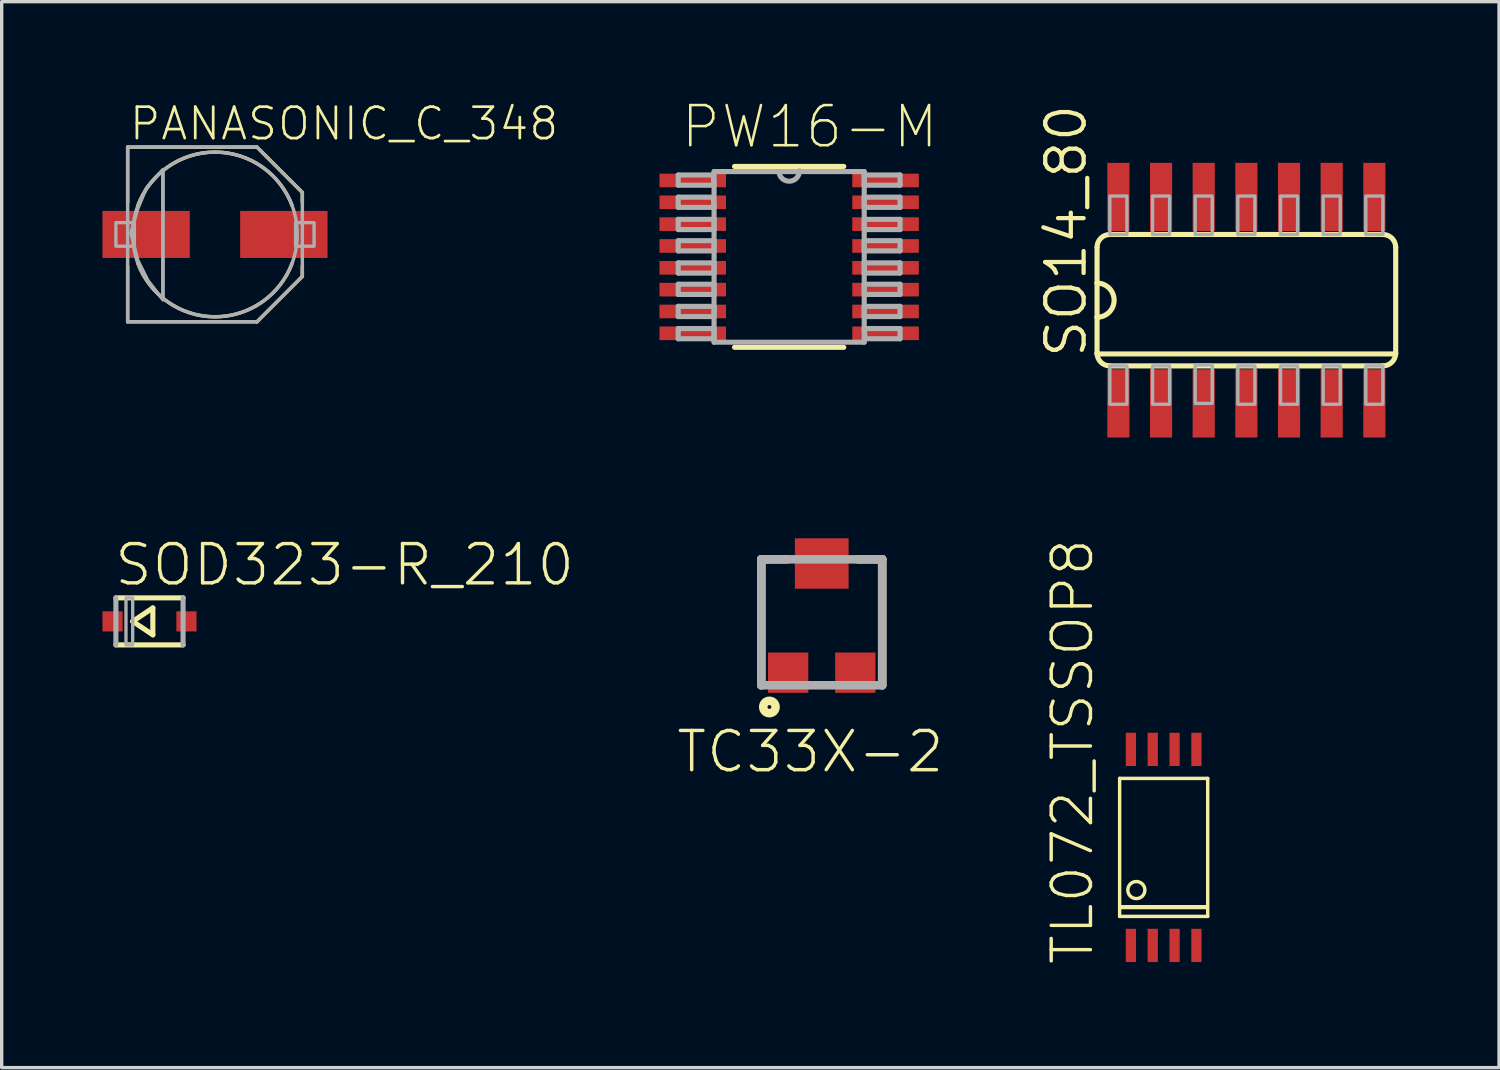
<source format=kicad_pcb>
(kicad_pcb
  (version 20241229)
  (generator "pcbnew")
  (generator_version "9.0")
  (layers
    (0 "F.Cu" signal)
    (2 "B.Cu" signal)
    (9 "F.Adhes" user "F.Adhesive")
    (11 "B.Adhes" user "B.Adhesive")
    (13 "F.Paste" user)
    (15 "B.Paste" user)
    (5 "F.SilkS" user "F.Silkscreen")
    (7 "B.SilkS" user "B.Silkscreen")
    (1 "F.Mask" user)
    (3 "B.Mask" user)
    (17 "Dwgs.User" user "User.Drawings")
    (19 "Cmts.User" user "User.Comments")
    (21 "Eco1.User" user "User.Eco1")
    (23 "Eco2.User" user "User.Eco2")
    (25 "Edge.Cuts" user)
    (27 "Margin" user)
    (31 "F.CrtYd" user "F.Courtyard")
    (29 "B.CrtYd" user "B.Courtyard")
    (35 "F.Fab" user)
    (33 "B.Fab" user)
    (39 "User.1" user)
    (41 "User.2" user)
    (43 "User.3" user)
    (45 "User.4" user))
  (footprint "TC33X-2"
    (layer "F.Cu")
    (at 21.412 15.35)
    (property "Reference" "TC33X-2" (at -0.34 3.977 0) (unlocked yes) (layer "F.SilkS") (effects (font (size 1.168 1.168) (thickness 0.102))))
    (fp_line (start -1.8 -1.75) (end -1.028 -1.75) (stroke (width 0.254) (type solid)) (layer "F.SilkS"))
    (fp_line (start -1.8 2) (end -1.8 -1.75) (stroke (width 0.254) (type solid)) (layer "F.SilkS"))
    (fp_line (start 1.8 -1.75) (end 1.079 -1.75) (stroke (width 0.254) (type solid)) (layer "F.SilkS"))
    (fp_line (start 1.8 2) (end 1.8 -1.75) (stroke (width 0.254) (type solid)) (layer "F.SilkS"))
    (fp_circle (center -1.558 2.646) (end -1.501 2.646) (stroke (width 0.254) (type solid)) (fill no) (layer "F.SilkS"))
    (fp_line (start -1.8 -1.75) (end 1.8 -1.75) (stroke (width 0.254) (type solid)) (layer "F.Fab"))
    (fp_line (start -1.8 2) (end -1.8 -1.75) (stroke (width 0.254) (type solid)) (layer "F.Fab"))
    (fp_line (start 1.8 -1.75) (end 1.8 2) (stroke (width 0.254) (type solid)) (layer "F.Fab"))
    (fp_line (start 1.8 2) (end -1.8 2) (stroke (width 0.254) (type solid)) (layer "F.Fab"))
    (pad "1" smd rect (at -1 1.625) (size 1.2 1.2) (layers "F.Cu" "F.Mask" "F.Paste"))
    (pad "2" smd rect (at 0 -1.625) (size 1.6 1.5) (layers "F.Cu" "F.Mask" "F.Paste"))
    (pad "3" smd rect (at 1 1.625) (size 1.2 1.2) (layers "F.Cu" "F.Mask" "F.Paste")))
  (footprint "PANASONIC_C_348"
    (layer "F.Cu")
    (at 3.35 3.929)
    (property "Reference" "PANASONIC_C_348" (at -2.6 -2.75 0) (unlocked yes) (layer "F.SilkS") (effects (font (size 0.935 0.935) (thickness 0.081)) (justify left bottom)))
    (fp_line (start -2.6 -2.6) (end 1.25 -2.6) (stroke (width 0.102) (type solid)) (layer "F.SilkS"))
    (fp_line (start -2.6 -0.95) (end -2.6 -2.6) (stroke (width 0.102) (type solid)) (layer "F.SilkS"))
    (fp_line (start -2.6 2.6) (end -2.6 0.95) (stroke (width 0.102) (type solid)) (layer "F.SilkS"))
    (fp_line (start 1.25 -2.6) (end 2.6 -1.25) (stroke (width 0.102) (type solid)) (layer "F.SilkS"))
    (fp_line (start 1.25 2.6) (end -2.6 2.6) (stroke (width 0.102) (type solid)) (layer "F.SilkS"))
    (fp_line (start 2.6 -1.25) (end 2.6 -0.95) (stroke (width 0.102) (type solid)) (layer "F.SilkS"))
    (fp_line (start 2.6 0.95) (end 2.6 1.25) (stroke (width 0.102) (type solid)) (layer "F.SilkS"))
    (fp_line (start 2.6 1.25) (end 1.25 2.6) (stroke (width 0.102) (type solid)) (layer "F.SilkS"))
    (fp_arc (start -2.3 -0.85) (mid 0 -2.45204) (end 2.3 -0.85) (stroke (width 0.1016) (type solid)) (layer "F.SilkS"))
    (fp_arc (start 2.3 0.85) (mid 0 2.45204) (end -2.3 0.85) (stroke (width 0.1016) (type solid)) (layer "F.SilkS"))
    (fp_line (start -2.6 -2.6) (end 1.25 -2.6) (stroke (width 0.102) (type solid)) (layer "F.Fab"))
    (fp_line (start -2.6 2.6) (end -2.6 -2.6) (stroke (width 0.102) (type solid)) (layer "F.Fab"))
    (fp_line (start -1.55 -1.85) (end -1.55 1.85) (stroke (width 0.102) (type solid)) (layer "F.Fab"))
    (fp_line (start 1.25 -2.6) (end 2.6 -1.25) (stroke (width 0.102) (type solid)) (layer "F.Fab"))
    (fp_line (start 1.25 2.6) (end -2.6 2.6) (stroke (width 0.102) (type solid)) (layer "F.Fab"))
    (fp_line (start 2.6 -1.25) (end 2.6 1.25) (stroke (width 0.102) (type solid)) (layer "F.Fab"))
    (fp_line (start 2.6 1.25) (end 1.25 2.6) (stroke (width 0.102) (type solid)) (layer "F.Fab"))
    (fp_circle (center 0 0) (end 2.45 0) (stroke (width 0.102) (type solid)) (fill no) (layer "F.Fab"))
    (fp_poly (pts (xy -2.95 0.35) (xy -2.4 0.35) (xy -2.4 -0.35) (xy -2.95 -0.35)) (stroke (width 0.1) (type default)) (fill no) (layer "F.Fab"))
    (fp_poly (pts (xy 2.4 0.35) (xy 2.95 0.35) (xy 2.95 -0.35) (xy 2.4 -0.35)) (stroke (width 0.1) (type default)) (fill no) (layer "F.Fab"))
    (fp_poly (pts (xy -1.549 1.948) (xy -1.993 1.377) (xy -2.298 0.768) (xy -2.503 -0.051) (xy -2.298 -0.767) (xy -2.044 -1.377) (xy -1.549 -1.934)) (stroke (width 0.1) (type default)) (fill no) (layer "F.Fab"))
    (pad "+" smd rect (at 2.05 0) (size 2.6 1.4) (layers "F.Cu" "F.Mask" "F.Paste"))
    (pad "-" smd rect (at -2.05 0) (size 2.6 1.4) (layers "F.Cu" "F.Mask" "F.Paste")))
  (footprint "PW16-M"
    (layer "F.Cu")
    (at 20.442 4.597)
    (property "Reference" "PW16-M" (at -3.277 -3.175 0) (unlocked yes) (layer "F.SilkS") (effects (font (size 1.194 1.194) (thickness 0.076)) (justify left bottom)))
    (fp_line (start -1.626 2.692) (end 1.626 2.692) (stroke (width 0.152) (type solid)) (layer "F.SilkS"))
    (fp_line (start 1.626 -2.692) (end -1.626 -2.692) (stroke (width 0.152) (type solid)) (layer "F.SilkS"))
    (fp_line (start -3.302 -2.438) (end -3.302 -2.134) (stroke (width 0.152) (type solid)) (layer "F.Fab"))
    (fp_line (start -3.302 -2.134) (end -2.235 -2.134) (stroke (width 0.152) (type solid)) (layer "F.Fab"))
    (fp_line (start -3.302 -1.778) (end -3.302 -1.473) (stroke (width 0.152) (type solid)) (layer "F.Fab"))
    (fp_line (start -3.302 -1.473) (end -2.235 -1.473) (stroke (width 0.152) (type solid)) (layer "F.Fab"))
    (fp_line (start -3.302 -1.118) (end -3.302 -0.813) (stroke (width 0.152) (type solid)) (layer "F.Fab"))
    (fp_line (start -3.302 -0.813) (end -2.235 -0.813) (stroke (width 0.152) (type solid)) (layer "F.Fab"))
    (fp_line (start -3.302 -0.483) (end -3.302 -0.178) (stroke (width 0.152) (type solid)) (layer "F.Fab"))
    (fp_line (start -3.302 -0.178) (end -2.235 -0.178) (stroke (width 0.152) (type solid)) (layer "F.Fab"))
    (fp_line (start -3.302 0.178) (end -3.302 0.483) (stroke (width 0.152) (type solid)) (layer "F.Fab"))
    (fp_line (start -3.302 0.483) (end -2.235 0.483) (stroke (width 0.152) (type solid)) (layer "F.Fab"))
    (fp_line (start -3.302 0.813) (end -3.302 1.118) (stroke (width 0.152) (type solid)) (layer "F.Fab"))
    (fp_line (start -3.302 1.118) (end -2.235 1.118) (stroke (width 0.152) (type solid)) (layer "F.Fab"))
    (fp_line (start -3.302 1.473) (end -3.302 1.778) (stroke (width 0.152) (type solid)) (layer "F.Fab"))
    (fp_line (start -3.302 1.778) (end -2.235 1.778) (stroke (width 0.152) (type solid)) (layer "F.Fab"))
    (fp_line (start -3.302 2.134) (end -3.302 2.438) (stroke (width 0.152) (type solid)) (layer "F.Fab"))
    (fp_line (start -3.302 2.438) (end -2.235 2.438) (stroke (width 0.152) (type solid)) (layer "F.Fab"))
    (fp_line (start -2.261 -2.438) (end -3.302 -2.438) (stroke (width 0.152) (type solid)) (layer "F.Fab"))
    (fp_line (start -2.261 -1.778) (end -3.302 -1.778) (stroke (width 0.152) (type solid)) (layer "F.Fab"))
    (fp_line (start -2.235 -2.54) (end -2.235 2.54) (stroke (width 0.152) (type solid)) (layer "F.Fab"))
    (fp_line (start -2.235 -2.134) (end -2.261 -2.438) (stroke (width 0.152) (type solid)) (layer "F.Fab"))
    (fp_line (start -2.235 -1.473) (end -2.261 -1.778) (stroke (width 0.152) (type solid)) (layer "F.Fab"))
    (fp_line (start -2.235 -1.118) (end -3.302 -1.118) (stroke (width 0.152) (type solid)) (layer "F.Fab"))
    (fp_line (start -2.235 -0.813) (end -2.235 -1.118) (stroke (width 0.152) (type solid)) (layer "F.Fab"))
    (fp_line (start -2.235 -0.483) (end -3.302 -0.483) (stroke (width 0.152) (type solid)) (layer "F.Fab"))
    (fp_line (start -2.235 -0.178) (end -2.235 -0.483) (stroke (width 0.152) (type solid)) (layer "F.Fab"))
    (fp_line (start -2.235 0.178) (end -3.302 0.178) (stroke (width 0.152) (type solid)) (layer "F.Fab"))
    (fp_line (start -2.235 0.483) (end -2.235 0.178) (stroke (width 0.152) (type solid)) (layer "F.Fab"))
    (fp_line (start -2.235 0.813) (end -3.302 0.813) (stroke (width 0.152) (type solid)) (layer "F.Fab"))
    (fp_line (start -2.235 1.118) (end -2.235 0.813) (stroke (width 0.152) (type solid)) (layer "F.Fab"))
    (fp_line (start -2.235 1.473) (end -3.302 1.473) (stroke (width 0.152) (type solid)) (layer "F.Fab"))
    (fp_line (start -2.235 1.778) (end -2.235 1.473) (stroke (width 0.152) (type solid)) (layer "F.Fab"))
    (fp_line (start -2.235 2.134) (end -3.302 2.134) (stroke (width 0.152) (type solid)) (layer "F.Fab"))
    (fp_line (start -2.235 2.438) (end -2.235 2.134) (stroke (width 0.152) (type solid)) (layer "F.Fab"))
    (fp_line (start -2.235 2.54) (end 2.235 2.54) (stroke (width 0.152) (type solid)) (layer "F.Fab"))
    (fp_line (start -0.305 -2.54) (end -2.235 -2.54) (stroke (width 0.152) (type solid)) (layer "F.Fab"))
    (fp_line (start 2.235 -2.54) (end -0.305 -2.54) (stroke (width 0.152) (type solid)) (layer "F.Fab"))
    (fp_line (start 2.235 -2.438) (end 2.235 -2.134) (stroke (width 0.152) (type solid)) (layer "F.Fab"))
    (fp_line (start 2.235 -2.134) (end 3.302 -2.134) (stroke (width 0.152) (type solid)) (layer "F.Fab"))
    (fp_line (start 2.235 -1.778) (end 2.235 -1.473) (stroke (width 0.152) (type solid)) (layer "F.Fab"))
    (fp_line (start 2.235 -1.473) (end 3.302 -1.473) (stroke (width 0.152) (type solid)) (layer "F.Fab"))
    (fp_line (start 2.235 -1.118) (end 2.235 -0.813) (stroke (width 0.152) (type solid)) (layer "F.Fab"))
    (fp_line (start 2.235 -0.813) (end 3.302 -0.813) (stroke (width 0.152) (type solid)) (layer "F.Fab"))
    (fp_line (start 2.235 -0.483) (end 2.235 -0.178) (stroke (width 0.152) (type solid)) (layer "F.Fab"))
    (fp_line (start 2.235 -0.178) (end 3.302 -0.178) (stroke (width 0.152) (type solid)) (layer "F.Fab"))
    (fp_line (start 2.235 0.178) (end 2.235 0.483) (stroke (width 0.152) (type solid)) (layer "F.Fab"))
    (fp_line (start 2.235 0.483) (end 3.302 0.483) (stroke (width 0.152) (type solid)) (layer "F.Fab"))
    (fp_line (start 2.235 0.813) (end 2.235 1.118) (stroke (width 0.152) (type solid)) (layer "F.Fab"))
    (fp_line (start 2.235 1.118) (end 3.302 1.118) (stroke (width 0.152) (type solid)) (layer "F.Fab"))
    (fp_line (start 2.235 1.473) (end 2.235 1.778) (stroke (width 0.152) (type solid)) (layer "F.Fab"))
    (fp_line (start 2.235 1.778) (end 3.302 1.778) (stroke (width 0.152) (type solid)) (layer "F.Fab"))
    (fp_line (start 2.235 2.134) (end 2.261 2.438) (stroke (width 0.152) (type solid)) (layer "F.Fab"))
    (fp_line (start 2.235 2.54) (end 2.235 -2.54) (stroke (width 0.152) (type solid)) (layer "F.Fab"))
    (fp_line (start 2.261 2.438) (end 3.302 2.438) (stroke (width 0.152) (type solid)) (layer "F.Fab"))
    (fp_line (start 3.302 -2.438) (end 2.235 -2.438) (stroke (width 0.152) (type solid)) (layer "F.Fab"))
    (fp_line (start 3.302 -2.134) (end 3.302 -2.438) (stroke (width 0.152) (type solid)) (layer "F.Fab"))
    (fp_line (start 3.302 -1.778) (end 2.235 -1.778) (stroke (width 0.152) (type solid)) (layer "F.Fab"))
    (fp_line (start 3.302 -1.473) (end 3.302 -1.778) (stroke (width 0.152) (type solid)) (layer "F.Fab"))
    (fp_line (start 3.302 -1.118) (end 2.235 -1.118) (stroke (width 0.152) (type solid)) (layer "F.Fab"))
    (fp_line (start 3.302 -0.813) (end 3.302 -1.118) (stroke (width 0.152) (type solid)) (layer "F.Fab"))
    (fp_line (start 3.302 -0.483) (end 2.235 -0.483) (stroke (width 0.152) (type solid)) (layer "F.Fab"))
    (fp_line (start 3.302 -0.178) (end 3.302 -0.483) (stroke (width 0.152) (type solid)) (layer "F.Fab"))
    (fp_line (start 3.302 0.178) (end 2.235 0.178) (stroke (width 0.152) (type solid)) (layer "F.Fab"))
    (fp_line (start 3.302 0.483) (end 3.302 0.178) (stroke (width 0.152) (type solid)) (layer "F.Fab"))
    (fp_line (start 3.302 0.813) (end 2.235 0.813) (stroke (width 0.152) (type solid)) (layer "F.Fab"))
    (fp_line (start 3.302 1.118) (end 3.302 0.813) (stroke (width 0.152) (type solid)) (layer "F.Fab"))
    (fp_line (start 3.302 1.473) (end 2.235 1.473) (stroke (width 0.152) (type solid)) (layer "F.Fab"))
    (fp_line (start 3.302 1.778) (end 3.302 1.473) (stroke (width 0.152) (type solid)) (layer "F.Fab"))
    (fp_line (start 3.302 2.134) (end 2.235 2.134) (stroke (width 0.152) (type solid)) (layer "F.Fab"))
    (fp_line (start 3.302 2.438) (end 3.302 2.134) (stroke (width 0.152) (type solid)) (layer "F.Fab"))
    (fp_arc (start 0.3048 -2.5654) (mid 0.0127 -2.2479) (end -0.3048 -2.54) (stroke (width 0.1524) (type solid)) (layer "F.Fab"))
    (pad "1" smd rect (at -2.87 -2.275) (size 1.981 0.406) (layers "F.Cu" "F.Mask" "F.Paste"))
    (pad "2" smd rect (at -2.87 -1.625) (size 1.981 0.406) (layers "F.Cu" "F.Mask" "F.Paste"))
    (pad "3" smd rect (at -2.87 -0.975) (size 1.981 0.406) (layers "F.Cu" "F.Mask" "F.Paste"))
    (pad "4" smd rect (at -2.87 -0.325) (size 1.981 0.406) (layers "F.Cu" "F.Mask" "F.Paste"))
    (pad "5" smd rect (at -2.87 0.325) (size 1.981 0.406) (layers "F.Cu" "F.Mask" "F.Paste"))
    (pad "6" smd rect (at -2.87 0.975) (size 1.981 0.406) (layers "F.Cu" "F.Mask" "F.Paste"))
    (pad "7" smd rect (at -2.87 1.625) (size 1.981 0.406) (layers "F.Cu" "F.Mask" "F.Paste"))
    (pad "8" smd rect (at -2.87 2.275) (size 1.981 0.406) (layers "F.Cu" "F.Mask" "F.Paste"))
    (pad "9" smd rect (at 2.87 2.275) (size 1.981 0.406) (layers "F.Cu" "F.Mask" "F.Paste"))
    (pad "10" smd rect (at 2.87 1.625) (size 1.981 0.406) (layers "F.Cu" "F.Mask" "F.Paste"))
    (pad "11" smd rect (at 2.87 0.975) (size 1.981 0.406) (layers "F.Cu" "F.Mask" "F.Paste"))
    (pad "12" smd rect (at 2.87 0.325) (size 1.981 0.406) (layers "F.Cu" "F.Mask" "F.Paste"))
    (pad "13" smd rect (at 2.87 -0.325) (size 1.981 0.406) (layers "F.Cu" "F.Mask" "F.Paste"))
    (pad "14" smd rect (at 2.87 -0.975) (size 1.981 0.406) (layers "F.Cu" "F.Mask" "F.Paste"))
    (pad "15" smd rect (at 2.87 -1.625) (size 1.981 0.406) (layers "F.Cu" "F.Mask" "F.Paste"))
    (pad "16" smd rect (at 2.87 -2.275) (size 1.981 0.406) (layers "F.Cu" "F.Mask" "F.Paste")))
  (footprint "SO14_80"
    (layer "F.Cu")
    (at 34.053 5.886)
    (property "Reference" "SO14_80" (at -4.699 1.778 90) (unlocked yes) (layer "F.SilkS") (effects (font (size 1.143 1.143) (thickness 0.127)) (justify left bottom)))
    (fp_line (start -4.445 -1.575) (end -4.445 -0.508) (stroke (width 0.152) (type solid)) (layer "F.SilkS"))
    (fp_line (start -4.445 -0.508) (end -4.445 0.508) (stroke (width 0.152) (type solid)) (layer "F.SilkS"))
    (fp_line (start -4.445 0.508) (end -4.445 1.575) (stroke (width 0.152) (type solid)) (layer "F.SilkS"))
    (fp_line (start -4.445 1.6) (end 4.445 1.6) (stroke (width 0.152) (type solid)) (layer "F.SilkS"))
    (fp_line (start -4.064 1.956) (end 4.064 1.956) (stroke (width 0.152) (type solid)) (layer "F.SilkS"))
    (fp_line (start 4.064 -1.956) (end -4.064 -1.956) (stroke (width 0.152) (type solid)) (layer "F.SilkS"))
    (fp_line (start 4.445 1.575) (end 4.445 -1.575) (stroke (width 0.152) (type solid)) (layer "F.SilkS"))
    (fp_arc (start -4.445 -1.5748) (mid -4.333408 -1.844208) (end -4.064 -1.9558) (stroke (width 0.1524) (type solid)) (layer "F.SilkS"))
    (fp_arc (start -4.445 -0.508) (mid -3.937 0) (end -4.445 0.508) (stroke (width 0.1524) (type solid)) (layer "F.SilkS"))
    (fp_arc (start -4.064 1.9558) (mid -4.333408 1.844208) (end -4.445 1.5748) (stroke (width 0.1524) (type solid)) (layer "F.SilkS"))
    (fp_arc (start 4.064 -1.9558) (mid 4.333408 -1.844208) (end 4.445 -1.5748) (stroke (width 0.1524) (type solid)) (layer "F.SilkS"))
    (fp_arc (start 4.445 1.5748) (mid 4.333408 1.844208) (end 4.064 1.9558) (stroke (width 0.1524) (type solid)) (layer "F.SilkS"))
    (fp_poly (pts (xy -4.064 -1.956) (xy -3.556 -1.956) (xy -3.556 -3.099) (xy -4.064 -3.099)) (stroke (width 0.1) (type default)) (fill no) (layer "F.Fab"))
    (fp_poly (pts (xy -4.064 3.099) (xy -3.556 3.099) (xy -3.556 1.956) (xy -4.064 1.956)) (stroke (width 0.1) (type default)) (fill no) (layer "F.Fab"))
    (fp_poly (pts (xy -2.794 -1.956) (xy -2.286 -1.956) (xy -2.286 -3.099) (xy -2.794 -3.099)) (stroke (width 0.1) (type default)) (fill no) (layer "F.Fab"))
    (fp_poly (pts (xy -2.794 3.099) (xy -2.286 3.099) (xy -2.286 1.956) (xy -2.794 1.956)) (stroke (width 0.1) (type default)) (fill no) (layer "F.Fab"))
    (fp_poly (pts (xy -1.524 -1.956) (xy -1.016 -1.956) (xy -1.016 -3.099) (xy -1.524 -3.099)) (stroke (width 0.1) (type default)) (fill no) (layer "F.Fab"))
    (fp_poly (pts (xy -1.524 3.073) (xy -1.016 3.073) (xy -1.016 1.93) (xy -1.524 1.93)) (stroke (width 0.1) (type default)) (fill no) (layer "F.Fab"))
    (fp_poly (pts (xy -0.254 -1.956) (xy 0.254 -1.956) (xy 0.254 -3.099) (xy -0.254 -3.099)) (stroke (width 0.1) (type default)) (fill no) (layer "F.Fab"))
    (fp_poly (pts (xy -0.254 3.099) (xy 0.254 3.099) (xy 0.254 1.956) (xy -0.254 1.956)) (stroke (width 0.1) (type default)) (fill no) (layer "F.Fab"))
    (fp_poly (pts (xy 1.016 -1.956) (xy 1.524 -1.956) (xy 1.524 -3.099) (xy 1.016 -3.099)) (stroke (width 0.1) (type default)) (fill no) (layer "F.Fab"))
    (fp_poly (pts (xy 1.016 3.099) (xy 1.524 3.099) (xy 1.524 1.956) (xy 1.016 1.956)) (stroke (width 0.1) (type default)) (fill no) (layer "F.Fab"))
    (fp_poly (pts (xy 2.286 -1.956) (xy 2.794 -1.956) (xy 2.794 -3.099) (xy 2.286 -3.099)) (stroke (width 0.1) (type default)) (fill no) (layer "F.Fab"))
    (fp_poly (pts (xy 2.286 3.099) (xy 2.794 3.099) (xy 2.794 1.956) (xy 2.286 1.956)) (stroke (width 0.1) (type default)) (fill no) (layer "F.Fab"))
    (fp_poly (pts (xy 3.556 -1.956) (xy 4.064 -1.956) (xy 4.064 -3.099) (xy 3.556 -3.099)) (stroke (width 0.1) (type default)) (fill no) (layer "F.Fab"))
    (fp_poly (pts (xy 3.556 3.099) (xy 4.064 3.099) (xy 4.064 1.956) (xy 3.556 1.956)) (stroke (width 0.1) (type default)) (fill no) (layer "F.Fab"))
    (pad "1" smd rect (at -3.81 3.073) (size 0.66 2.032) (layers "F.Cu" "F.Mask" "F.Paste"))
    (pad "2" smd rect (at -2.54 3.073) (size 0.66 2.032) (layers "F.Cu" "F.Mask" "F.Paste"))
    (pad "3" smd rect (at -1.27 3.073) (size 0.66 2.032) (layers "F.Cu" "F.Mask" "F.Paste"))
    (pad "4" smd rect (at 0 3.073) (size 0.66 2.032) (layers "F.Cu" "F.Mask" "F.Paste"))
    (pad "5" smd rect (at 1.27 3.073) (size 0.66 2.032) (layers "F.Cu" "F.Mask" "F.Paste"))
    (pad "6" smd rect (at 2.54 3.073) (size 0.66 2.032) (layers "F.Cu" "F.Mask" "F.Paste"))
    (pad "7" smd rect (at 3.81 3.073) (size 0.66 2.032) (layers "F.Cu" "F.Mask" "F.Paste"))
    (pad "8" smd rect (at 3.81 -3.073) (size 0.66 2.032) (layers "F.Cu" "F.Mask" "F.Paste"))
    (pad "9" smd rect (at 2.54 -3.073) (size 0.66 2.032) (layers "F.Cu" "F.Mask" "F.Paste"))
    (pad "10" smd rect (at 1.27 -3.073) (size 0.66 2.032) (layers "F.Cu" "F.Mask" "F.Paste"))
    (pad "11" smd rect (at 0 -3.073) (size 0.66 2.032) (layers "F.Cu" "F.Mask" "F.Paste"))
    (pad "12" smd rect (at -1.27 -3.073) (size 0.66 2.032) (layers "F.Cu" "F.Mask" "F.Paste"))
    (pad "13" smd rect (at -2.54 -3.073) (size 0.66 2.032) (layers "F.Cu" "F.Mask" "F.Paste"))
    (pad "14" smd rect (at -3.81 -3.073) (size 0.66 2.032) (layers "F.Cu" "F.Mask" "F.Paste")))
  (footprint "SOD323-R_210"
    (layer "F.Cu")
    (at 1.4 15.448)
    (property "Reference" "SOD323-R_210" (at -1.1 -1 0) (unlocked yes) (layer "F.SilkS") (effects (font (size 1.168 1.168) (thickness 0.102)) (justify left bottom)))
    (fp_line (start -1 -0.7) (end 1 -0.7) (stroke (width 0.152) (type solid)) (layer "F.SilkS"))
    (fp_line (start -0.5 0) (end 0.1 -0.4) (stroke (width 0.152) (type solid)) (layer "F.SilkS"))
    (fp_line (start 0.1 -0.4) (end 0.1 0.4) (stroke (width 0.152) (type solid)) (layer "F.SilkS"))
    (fp_line (start 0.1 0.4) (end -0.5 0) (stroke (width 0.152) (type solid)) (layer "F.SilkS"))
    (fp_line (start 1 0.7) (end -1 0.7) (stroke (width 0.152) (type solid)) (layer "F.SilkS"))
    (fp_line (start -1 0.7) (end -1 -0.7) (stroke (width 0.152) (type solid)) (layer "F.Fab"))
    (fp_line (start 1 -0.7) (end 1 0.7) (stroke (width 0.152) (type solid)) (layer "F.Fab"))
    (fp_poly (pts (xy -0.7 0.7) (xy -0.5 0.7) (xy -0.5 -0.7) (xy -0.7 -0.7)) (stroke (width 0.1) (type default)) (fill no) (layer "F.Fab"))
    (pad "A" smd rect (at 1.1 0) (size 0.6 0.6) (layers "F.Cu" "F.Mask" "F.Paste"))
    (pad "C" smd rect (at -1.1 0) (size 0.6 0.6) (layers "F.Cu" "F.Mask" "F.Paste")))
  (footprint "TL072_TSSOP8"
    (layer "F.Cu")
    (at 31.591 22.176)
    (property "Reference" "TL072_TSSOP8" (at -2.032 3.556 90) (unlocked yes) (layer "F.SilkS") (effects (font (size 1.168 1.168) (thickness 0.102)) (justify left bottom)))
    (fp_line (start -1.311 2.054) (end -1.311 -2.054) (stroke (width 0.102) (type solid)) (layer "F.SilkS"))
    (fp_line (start -1.311 2.054) (end 1.311 2.054) (stroke (width 0.102) (type solid)) (layer "F.SilkS"))
    (fp_line (start -1.27 1.778) (end 1.27 1.778) (stroke (width 0.127) (type solid)) (layer "F.SilkS"))
    (fp_line (start 1.311 -2.054) (end -1.311 -2.054) (stroke (width 0.102) (type solid)) (layer "F.SilkS"))
    (fp_line (start 1.311 -2.054) (end 1.311 2.054) (stroke (width 0.102) (type solid)) (layer "F.SilkS"))
    (fp_circle (center -0.813 1.27) (end -0.559 1.27) (stroke (width 0.102) (type solid)) (fill no) (layer "F.SilkS"))
    (pad "1" smd rect (at -0.975 2.918) (size 0.305 0.991) (layers "F.Cu" "F.Mask" "F.Paste"))
    (pad "2" smd rect (at -0.325 2.918) (size 0.305 0.991) (layers "F.Cu" "F.Mask" "F.Paste"))
    (pad "3" smd rect (at 0.325 2.918) (size 0.305 0.991) (layers "F.Cu" "F.Mask" "F.Paste"))
    (pad "4" smd rect (at 0.975 2.918) (size 0.305 0.991) (layers "F.Cu" "F.Mask" "F.Paste"))
    (pad "5" smd rect (at 0.975 -2.918) (size 0.305 0.991) (layers "F.Cu" "F.Mask" "F.Paste"))
    (pad "6" smd rect (at 0.325 -2.918) (size 0.305 0.991) (layers "F.Cu" "F.Mask" "F.Paste"))
    (pad "7" smd rect (at -0.325 -2.918) (size 0.305 0.991) (layers "F.Cu" "F.Mask" "F.Paste"))
    (pad "8" smd rect (at -0.975 -2.918) (size 0.305 0.991) (layers "F.Cu" "F.Mask" "F.Paste")))
  (gr_rect
    (start -3 -3)
    (end 41.574 28.732)
    (stroke (width 0.1) (type default))
    (fill no)
    (layer "Edge.Cuts")))
</source>
